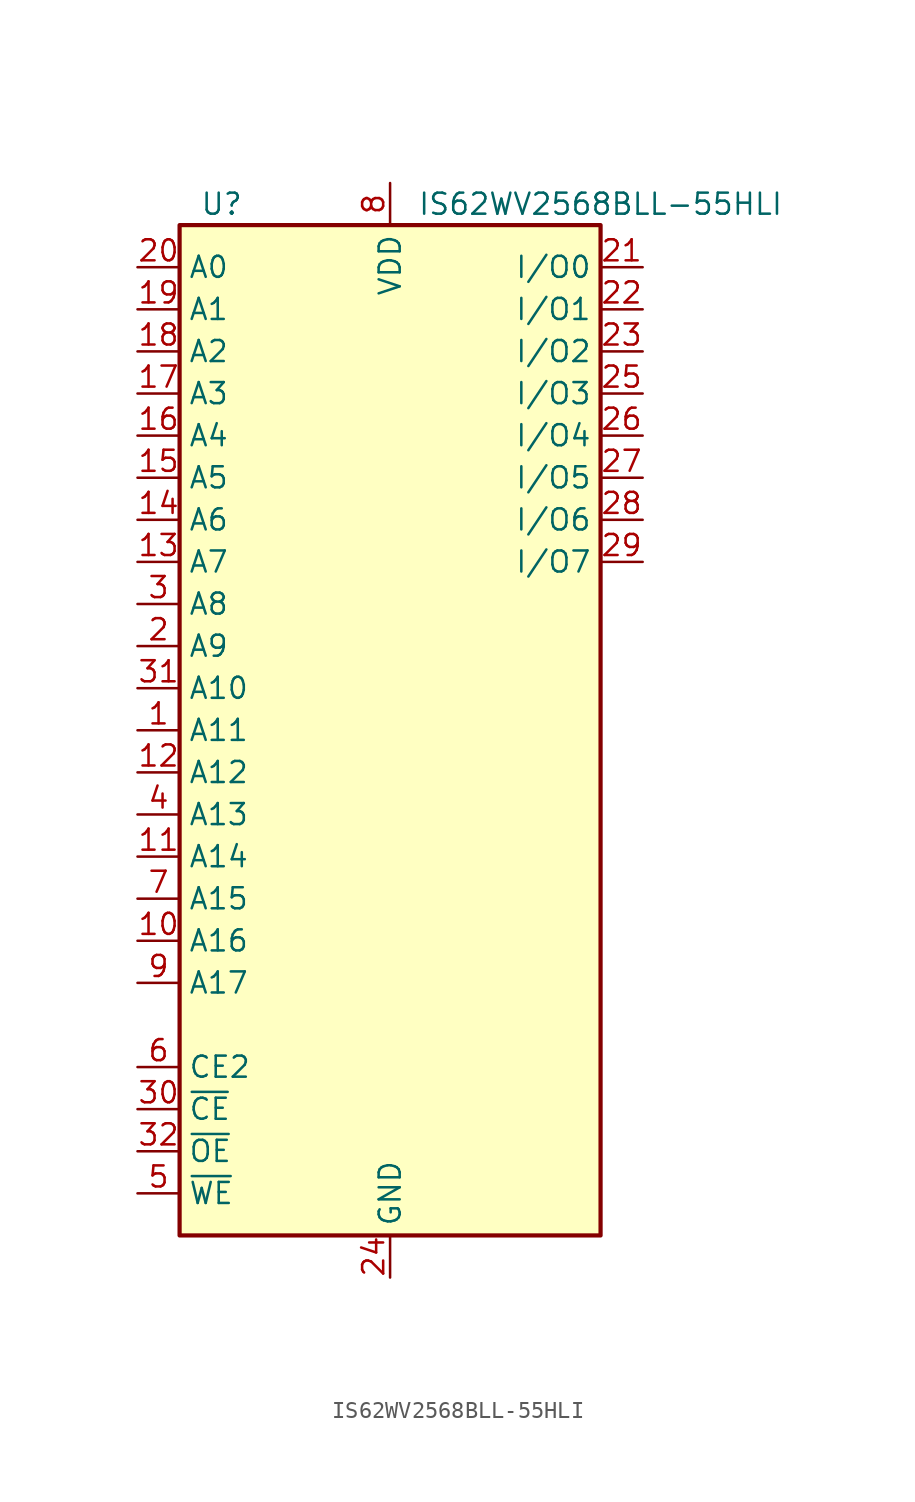
<source format=kicad_sym>
(kicad_symbol_lib
  (version 20241209)
  (generator "kicad_symbol_editor")
  (generator_version "9.0")
  (symbol "IS62WV2568BLL-55HLI"
    (property "Reference" "U"
      (at -10.16 31.75 0)
      (effects (font (size 1.27 1.27))))
    (property "Value" "IS62WV2568BLL-55HLI"
      (at 12.7 31.75 0)
      (effects (font (size 1.27 1.27))))
    (symbol "IS62WV2568BLL-55HLI_0_1"
      (rectangle (start -12.7 30.48) (end 12.7 -30.48) (stroke (width 0.254) (type default)) (fill (type background))))
    (symbol "IS62WV2568BLL-55HLI_1_1"
      (pin input line (at -15.24 27.94 0) (length 2.54) (name "A0" (effects (font (size 1.27 1.27)))) (number "20" (effects (font (size 1.27 1.27)))))
      (pin input line (at -15.24 25.4 0) (length 2.54) (name "A1" (effects (font (size 1.27 1.27)))) (number "19" (effects (font (size 1.27 1.27)))))
      (pin input line (at -15.24 22.86 0) (length 2.54) (name "A2" (effects (font (size 1.27 1.27)))) (number "18" (effects (font (size 1.27 1.27)))))
      (pin input line (at -15.24 20.32 0) (length 2.54) (name "A3" (effects (font (size 1.27 1.27)))) (number "17" (effects (font (size 1.27 1.27)))))
      (pin input line (at -15.24 17.78 0) (length 2.54) (name "A4" (effects (font (size 1.27 1.27)))) (number "16" (effects (font (size 1.27 1.27)))))
      (pin input line (at -15.24 15.24 0) (length 2.54) (name "A5" (effects (font (size 1.27 1.27)))) (number "15" (effects (font (size 1.27 1.27)))))
      (pin input line (at -15.24 12.7 0) (length 2.54) (name "A6" (effects (font (size 1.27 1.27)))) (number "14" (effects (font (size 1.27 1.27)))))
      (pin input line (at -15.24 10.16 0) (length 2.54) (name "A7" (effects (font (size 1.27 1.27)))) (number "13" (effects (font (size 1.27 1.27)))))
      (pin input line (at -15.24 7.62 0) (length 2.54) (name "A8" (effects (font (size 1.27 1.27)))) (number "3" (effects (font (size 1.27 1.27)))))
      (pin input line (at -15.24 5.08 0) (length 2.54) (name "A9" (effects (font (size 1.27 1.27)))) (number "2" (effects (font (size 1.27 1.27)))))
      (pin input line (at -15.24 2.54 0) (length 2.54) (name "A10" (effects (font (size 1.27 1.27)))) (number "31" (effects (font (size 1.27 1.27)))))
      (pin input line (at -15.24 0 0) (length 2.54) (name "A11" (effects (font (size 1.27 1.27)))) (number "1" (effects (font (size 1.27 1.27)))))
      (pin input line (at -15.24 -2.54 0) (length 2.54) (name "A12" (effects (font (size 1.27 1.27)))) (number "12" (effects (font (size 1.27 1.27)))))
      (pin input line (at -15.24 -5.08 0) (length 2.54) (name "A13" (effects (font (size 1.27 1.27)))) (number "4" (effects (font (size 1.27 1.27)))))
      (pin input line (at -15.24 -7.62 0) (length 2.54) (name "A14" (effects (font (size 1.27 1.27)))) (number "11" (effects (font (size 1.27 1.27)))))
      (pin input line (at -15.24 -10.16 0) (length 2.54) (name "A15" (effects (font (size 1.27 1.27)))) (number "7" (effects (font (size 1.27 1.27)))))
      (pin input line (at -15.24 -12.7 0) (length 2.54) (name "A16" (effects (font (size 1.27 1.27)))) (number "10" (effects (font (size 1.27 1.27)))))
      (pin input line (at -15.24 -15.24 0) (length 2.54) (name "A17" (effects (font (size 1.27 1.27)))) (number "9" (effects (font (size 1.27 1.27)))))
      (pin input line (at -15.24 -20.32 0) (length 2.54) (name "CE2" (effects (font (size 1.27 1.27)))) (number "6" (effects (font (size 1.27 1.27)))))
      (pin input line (at -15.24 -22.86 0) (length 2.54) (name "~{CE}" (effects (font (size 1.27 1.27)))) (number "30" (effects (font (size 1.27 1.27)))))
      (pin input line (at -15.24 -25.4 0) (length 2.54) (name "~{OE}" (effects (font (size 1.27 1.27)))) (number "32" (effects (font (size 1.27 1.27)))))
      (pin input line (at -15.24 -27.94 0) (length 2.54) (name "~{WE}" (effects (font (size 1.27 1.27)))) (number "5" (effects (font (size 1.27 1.27)))))
      (pin power_in line (at 0 33.02 270) (length 2.54) (name "VDD" (effects (font (size 1.27 1.27)))) (number "8" (effects (font (size 1.27 1.27)))))
      (pin power_in line (at 0 -33.02 90) (length 2.54) (name "GND" (effects (font (size 1.27 1.27)))) (number "24" (effects (font (size 1.27 1.27)))))
      (pin bidirectional line (at 15.24 27.94 180) (length 2.54) (name "I/O0" (effects (font (size 1.27 1.27)))) (number "21" (effects (font (size 1.27 1.27)))))
      (pin bidirectional line (at 15.24 25.4 180) (length 2.54) (name "I/O1" (effects (font (size 1.27 1.27)))) (number "22" (effects (font (size 1.27 1.27)))))
      (pin bidirectional line (at 15.24 22.86 180) (length 2.54) (name "I/O2" (effects (font (size 1.27 1.27)))) (number "23" (effects (font (size 1.27 1.27)))))
      (pin bidirectional line (at 15.24 20.32 180) (length 2.54) (name "I/O3" (effects (font (size 1.27 1.27)))) (number "25" (effects (font (size 1.27 1.27)))))
      (pin bidirectional line (at 15.24 17.78 180) (length 2.54) (name "I/O4" (effects (font (size 1.27 1.27)))) (number "26" (effects (font (size 1.27 1.27)))))
      (pin bidirectional line (at 15.24 15.24 180) (length 2.54) (name "I/O5" (effects (font (size 1.27 1.27)))) (number "27" (effects (font (size 1.27 1.27)))))
      (pin bidirectional line (at 15.24 12.7 180) (length 2.54) (name "I/O6" (effects (font (size 1.27 1.27)))) (number "28" (effects (font (size 1.27 1.27)))))
      (pin bidirectional line (at 15.24 10.16 180) (length 2.54) (name "I/O7" (effects (font (size 1.27 1.27)))) (number "29" (effects (font (size 1.27 1.27))))))))
</source>
